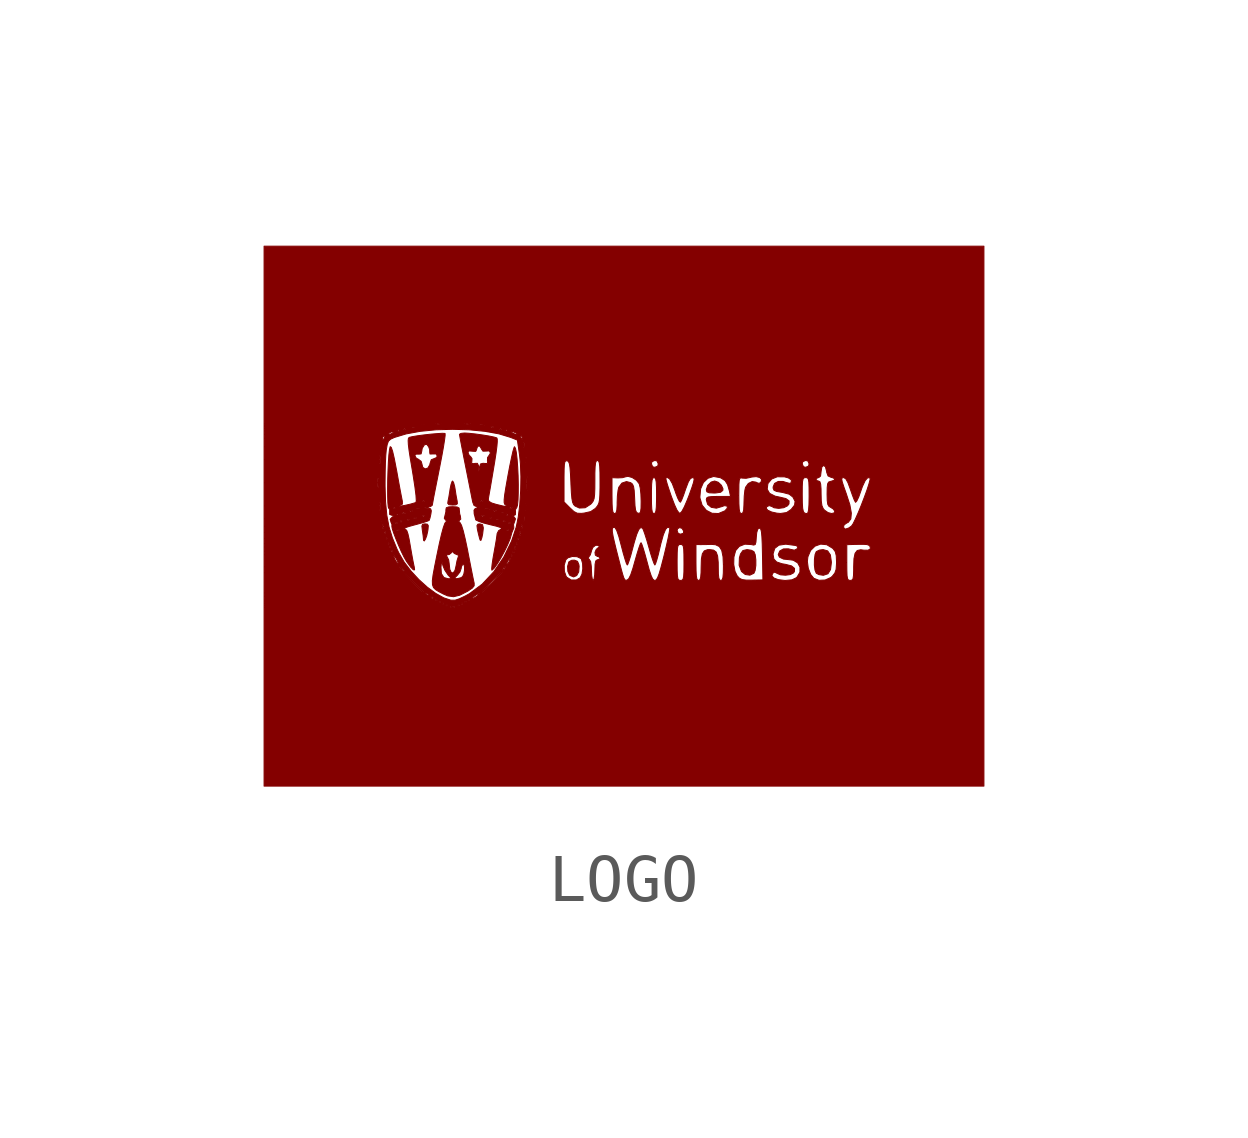
<source format=kicad_sym>
(kicad_symbol_lib
  (version 20220914)
  (generator "bitmap2component")
  (generator_version "9.0")
  (symbol "LOGO"
    (pin_names
      (offset 1.016))
    (property "Reference" "#G"
      (at 0 4.992 0)
      (effects (font (size 1.27 1.27)) hide))
    (symbol "LOGO_0_0"
      (polyline (pts (xy 7.502 0.000100) (xy 7.502 5.627) (xy 0 5.627) (xy -7.502 5.627) (xy -7.502 1.925) (xy -3.935 1.925) (xy -3.92 1.936) (xy -3.884 1.942) (xy -3.813 1.935) (xy -3.81 1.933) (xy -3.814 1.925) (xy -3.327 1.925) (xy -3.313 1.936) (xy -3.276 1.942) (xy -3.206 1.935) (xy -3.202 1.933) (xy -3.208 1.922) (xy -3.269 1.918) (xy -3.28 1.919) (xy -3.327 1.925) (xy -3.814 1.925) (xy -3.815 1.922) (xy -3.876 1.918) (xy -3.887 1.919) (xy -3.935 1.925) (xy -7.502 1.925) (xy -7.502 1.886) (xy -4.229 1.886) (xy -4.224 1.899) (xy -4.208 1.904) (xy -4.135 1.899) (xy -4.129 1.887) (xy -4.135 1.886) (xy -3.014 1.886) (xy -3.01 1.899) (xy -2.994 1.904) (xy -2.921 1.899) (xy -2.914 1.887) (xy -2.965 1.881) (xy -3.014 1.886) (xy -4.135 1.886) (xy -4.18 1.881) (xy -4.229 1.886) (xy -7.502 1.886) (xy -7.502 1.864) (xy -4.418 1.864) (xy -4.413 1.868) (xy -4.37 1.864) (xy -2.775 1.864) (xy -2.769 1.868) (xy -2.727 1.864) (xy -2.721 1.853) (xy -2.751 1.84) (xy -2.77 1.842) (xy -2.775 1.864) (xy -4.37 1.864) (xy -4.365 1.853) (xy -4.394 1.84) (xy -4.413 1.842) (xy -4.418 1.864) (xy -7.502 1.864) (xy -7.502 1.828) (xy -4.597 1.828) (xy -4.591 1.832) (xy -4.549 1.828) (xy -2.596 1.828) (xy -2.591 1.832) (xy -2.548 1.828) (xy -2.543 1.817) (xy -2.572 1.804) (xy -2.591 1.807) (xy -2.596 1.828) (xy -4.549 1.828) (xy -4.543 1.817) (xy -4.573 1.804) (xy -4.592 1.807) (xy -4.597 1.828) (xy -7.502 1.828) (xy -7.502 1.777) (xy -4.736 1.777) (xy -4.722 1.793) (xy -4.702 1.798) (xy -4.654 1.79) (xy -4.654 1.778) (xy -4.701 1.771) (xy -4.736 1.777) (xy -7.502 1.777) (xy -7.502 1.704) (xy -4.923 1.704) (xy -4.894 1.733) (xy -4.864 1.75) (xy -4.805 1.767) (xy -4.794 1.761) (xy -4.823 1.733) (xy -4.853 1.716) (xy -4.912 1.698) (xy -4.923 1.704) (xy -7.502 1.704) (xy -7.502 1.623) (xy -5.037 1.623) (xy -5.036 1.633) (xy -5.002 1.679) (xy -4.985 1.682) (xy -4.988 1.645) (xy -4.999 1.619) (xy -5.026 1.591) (xy -5.037 1.623) (xy -7.502 1.623) (xy -7.502 1.447) (xy -5.067 1.447) (xy -5.062 1.496) (xy -5.049 1.492) (xy -5.045 1.475) (xy -5.049 1.402) (xy -5.062 1.396) (xy -5.067 1.447) (xy -7.502 1.447) (xy -7.502 1.179) (xy -5.1 1.179) (xy -5.099 1.218) (xy -5.093 1.261) (xy -5.083 1.241) (xy -5.077 1.184) (xy -5.084 1.098) (xy -5.089 1.087) (xy -5.097 1.105) (xy -5.1 1.179) (xy -7.502 1.179) (xy -7.502 0.697) (xy -5.135 0.697) (xy -5.134 0.749) (xy -5.128 0.794) (xy -5.119 0.777) (xy -5.113 0.72) (xy -5.114 0.706) (xy -4.98 0.706) (xy -4.978 0.916) (xy -4.973 1.111) (xy -4.965 1.273) (xy -4.955 1.381) (xy -4.936 1.49) (xy -4.911 1.561) (xy -4.865 1.604) (xy -4.784 1.641) (xy -4.542 1.714) (xy -4.247 1.768) (xy -3.919 1.8) (xy -3.574 1.81) (xy -3.228 1.8) (xy -2.991 1.777) (xy -2.485 1.777) (xy -2.472 1.793) (xy -2.451 1.798) (xy -2.403 1.79) (xy -2.404 1.778) (xy -2.45 1.771) (xy -2.485 1.777) (xy -2.991 1.777) (xy -2.9 1.768) (xy -2.813 1.753) (xy -2.346 1.753) (xy -2.34 1.767) (xy -2.316 1.763) (xy -2.251 1.733) (xy -2.226 1.713) (xy -2.233 1.698) (xy -2.257 1.702) (xy -2.322 1.733) (xy -2.346 1.753) (xy -2.813 1.753) (xy -2.606 1.715) (xy -2.534 1.693) (xy -2.169 1.693) (xy -2.139 1.671) (xy -2.119 1.645) (xy -2.115 1.607) (xy -2.131 1.607) (xy -2.159 1.651) (xy -2.162 1.658) (xy -2.169 1.693) (xy -2.534 1.693) (xy -2.362 1.641) (xy -2.222 1.585) (xy -2.207 1.483) (xy -2.102 1.483) (xy -2.097 1.532) (xy -2.084 1.527) (xy -2.079 1.511) (xy -2.084 1.438) (xy -2.096 1.432) (xy -2.102 1.483) (xy -2.207 1.483) (xy -2.178 1.276) (xy -2.171 1.215) (xy -2.063 1.215) (xy -2.062 1.254) (xy -2.056 1.297) (xy -2.047 1.277) (xy -2.041 1.22) (xy -2.047 1.134) (xy -2.052 1.122) (xy -2.06 1.141) (xy -2.063 1.215) (xy -2.171 1.215) (xy -2.159 1.095) (xy -2.149 0.824) (xy -2.151 0.679) (xy -2.025 0.679) (xy -2.025 0.709) (xy -2.022 0.797) (xy -2.017 0.828) (xy -2.01 0.794) (xy -2.01 0.789) (xy -2.005 0.662) (xy -2.01 0.544) (xy -2.012 0.532) (xy -2.019 0.523) (xy -2.023 0.575) (xy -2.025 0.679) (xy -2.151 0.679) (xy -2.154 0.532) (xy -2.169 0.297) (xy -1.25 0.297) (xy -1.25 0.732) (xy -1.25 0.825) (xy -1.248 0.979) (xy -1.243 1.077) (xy -1.232 1.131) (xy -1.214 1.153) (xy -1.188 1.154) (xy -1.181 1.153) (xy -1.157 1.136) (xy -1.139 1.094) (xy -1.126 1.015) (xy -1.116 0.889) (xy -1.107 0.702) (xy -1.106 0.666) (xy -1.097 0.488) (xy -1.086 0.367) (xy -1.071 0.289) (xy -1.05 0.241) (xy -1.02 0.211) (xy -0.93 0.169) (xy -0.809 0.175) (xy -0.695 0.248) (xy -0.673 0.271) (xy -0.643 0.313) (xy -0.623 0.367) (xy -0.613 0.448) (xy -0.608 0.57) (xy -0.607 0.749) (xy -0.607 0.897) (xy -0.602 1.029) (xy -0.593 1.11) (xy -0.577 1.15) (xy -0.554 1.161) (xy -0.554 1.161) (xy -0.531 1.15) (xy -0.515 1.111) (xy -0.513 1.09) (xy 0.572 1.09) (xy 0.583 1.136) (xy 0.643 1.161) (xy 0.689 1.149) (xy 0.714 1.09) (xy 3.715 1.09) (xy 3.727 1.136) (xy 3.787 1.161) (xy 3.833 1.149) (xy 3.858 1.09) (xy 3.846 1.044) (xy 3.787 1.018) (xy 3.741 1.03) (xy 3.715 1.09) (xy 0.714 1.09) (xy 0.703 1.044) (xy 0.643 1.018) (xy 0.597 1.03) (xy 0.572 1.09) (xy -0.513 1.09) (xy -0.506 1.033) (xy -0.501 0.905) (xy -0.5 0.717) (xy -0.5 0.599) (xy -0.503 0.447) (xy -0.504 0.428) (xy -0.25 0.428) (xy -0.25 0.802) (xy -0.131 0.797) (xy -0.127 0.797) (xy -0.032 0.802) (xy 0.032 0.82) (xy 0.083 0.83) (xy 0.171 0.805) (xy 0.258 0.749) (xy 0.317 0.675) (xy 0.318 0.671) (xy 0.338 0.588) (xy 0.352 0.462) (xy 0.353 0.429) (xy 0.572 0.429) (xy 0.572 0.528) (xy 0.576 0.666) (xy 0.585 0.75) (xy 0.601 0.792) (xy 0.625 0.804) (xy 0.639 0.801) (xy 0.643 0.795) (xy 0.873 0.795) (xy 0.898 0.809) (xy 0.949 0.778) (xy 1.006 0.681) (xy 1.067 0.519) (xy 1.076 0.489) (xy 1.119 0.378) (xy 1.155 0.307) (xy 1.178 0.291) (xy 1.178 0.292) (xy 1.204 0.342) (xy 1.242 0.439) (xy 1.284 0.563) (xy 1.294 0.59) (xy 1.342 0.716) (xy 1.385 0.784) (xy 1.428 0.804) (xy 1.431 0.804) (xy 1.455 0.796) (xy 1.462 0.767) (xy 1.45 0.705) (xy 1.416 0.599) (xy 1.358 0.438) (xy 1.344 0.402) (xy 1.582 0.402) (xy 1.597 0.568) (xy 1.655 0.7) (xy 1.749 0.789) (xy 1.868 0.827) (xy 2.004 0.802) (xy 2.023 0.794) (xy 2.106 0.741) (xy 2.158 0.659) (xy 2.196 0.527) (xy 2.216 0.433) (xy 2.393 0.433) (xy 2.394 0.516) (xy 2.395 0.656) (xy 2.401 0.741) (xy 2.413 0.785) (xy 2.435 0.798) (xy 2.467 0.793) (xy 2.544 0.789) (xy 2.643 0.809) (xy 2.661 0.815) (xy 2.755 0.824) (xy 2.83 0.805) (xy 2.87 0.764) (xy 2.856 0.712) (xy 2.818 0.682) (xy 2.766 0.699) (xy 2.752 0.709) (xy 2.672 0.721) (xy 2.591 0.681) (xy 2.534 0.602) (xy 2.519 0.538) (xy 2.506 0.419) (xy 2.501 0.283) (xy 2.5 0.234) (xy 2.496 0.164) (xy 2.965 0.164) (xy 2.977 0.197) (xy 3.027 0.22) (xy 3.083 0.201) (xy 3.127 0.175) (xy 3.225 0.162) (xy 3.33 0.176) (xy 3.408 0.215) (xy 3.439 0.256) (xy 3.441 0.318) (xy 3.375 0.366) (xy 3.245 0.397) (xy 3.149 0.417) (xy 3.035 0.475) (xy 2.985 0.561) (xy 2.999 0.675) (xy 3.002 0.682) (xy 3.077 0.773) (xy 3.196 0.821) (xy 3.345 0.819) (xy 3.425 0.798) (xy 3.489 0.755) (xy 3.484 0.698) (xy 3.454 0.683) (xy 3.377 0.703) (xy 3.317 0.723) (xy 3.214 0.723) (xy 3.138 0.682) (xy 3.108 0.608) (xy 3.109 0.581) (xy 3.127 0.539) (xy 3.181 0.515) (xy 3.288 0.497) (xy 3.306 0.494) (xy 3.443 0.458) (xy 3.45 0.453) (xy 3.715 0.453) (xy 3.715 0.462) (xy 3.716 0.62) (xy 3.721 0.72) (xy 3.733 0.775) (xy 3.754 0.799) (xy 3.787 0.804) (xy 3.796 0.804) (xy 3.825 0.796) (xy 3.842 0.768) (xy 4.001 0.768) (xy 4.007 0.785) (xy 4.055 0.804) (xy 4.06 0.804) (xy 4.097 0.836) (xy 4.108 0.929) (xy 4.108 0.929) (xy 4.124 1.024) (xy 4.159 1.057) (xy 4.198 1.029) (xy 4.222 0.938) (xy 4.226 0.91) (xy 4.253 0.838) (xy 4.314 0.81) (xy 4.364 0.796) (xy 4.391 0.771) (xy 4.538 0.771) (xy 4.547 0.798) (xy 4.574 0.804) (xy 4.582 0.803) (xy 4.624 0.776) (xy 4.667 0.699) (xy 4.717 0.563) (xy 4.719 0.557) (xy 4.762 0.434) (xy 4.799 0.338) (xy 4.824 0.291) (xy 4.828 0.289) (xy 4.854 0.319) (xy 4.893 0.4) (xy 4.935 0.519) (xy 4.969 0.616) (xy 5.028 0.743) (xy 5.082 0.803) (xy 5.13 0.795) (xy 5.128 0.757) (xy 5.104 0.668) (xy 5.063 0.541) (xy 5.008 0.39) (xy 4.947 0.231) (xy 4.884 0.077) (xy 4.825 -0.056) (xy 4.777 -0.155) (xy 4.743 -0.205) (xy 4.685 -0.246) (xy 4.622 -0.268) (xy 4.601 -0.265) (xy 4.574 -0.23) (xy 4.589 -0.181) (xy 4.643 -0.143) (xy 4.674 -0.129) (xy 4.728 -0.058) (xy 4.739 0.063) (xy 4.708 0.236) (xy 4.634 0.465) (xy 4.582 0.611) (xy 4.549 0.713) (xy 4.538 0.771) (xy 4.391 0.771) (xy 4.394 0.768) (xy 4.377 0.747) (xy 4.314 0.726) (xy 4.302 0.724) (xy 4.264 0.71) (xy 4.244 0.672) (xy 4.235 0.596) (xy 4.233 0.465) (xy 4.233 0.454) (xy 4.236 0.325) (xy 4.247 0.247) (xy 4.271 0.205) (xy 4.314 0.179) (xy 4.365 0.146) (xy 4.394 0.099) (xy 4.382 0.069) (xy 4.328 0.055) (xy 4.253 0.074) (xy 4.18 0.125) (xy 4.152 0.158) (xy 4.125 0.221) (xy 4.112 0.317) (xy 4.108 0.465) (xy 4.107 0.567) (xy 4.099 0.668) (xy 4.083 0.718) (xy 4.055 0.732) (xy 4.03 0.736) (xy 4.001 0.768) (xy 3.842 0.768) (xy 3.843 0.767) (xy 3.853 0.705) (xy 3.857 0.596) (xy 3.858 0.429) (xy 3.858 0.403) (xy 3.855 0.235) (xy 3.847 0.128) (xy 3.833 0.07) (xy 3.811 0.054) (xy 3.804 0.054) (xy 3.764 0.063) (xy 3.739 0.095) (xy 3.724 0.163) (xy 3.717 0.278) (xy 3.715 0.453) (xy 3.45 0.453) (xy 3.52 0.398) (xy 3.566 0.309) (xy 3.555 0.23) (xy 3.485 0.141) (xy 3.389 0.075) (xy 3.261 0.056) (xy 3.189 0.062) (xy 3.079 0.086) (xy 2.997 0.123) (xy 2.965 0.164) (xy 2.496 0.164) (xy 2.494 0.125) (xy 2.477 0.069) (xy 2.447 0.054) (xy 2.432 0.057) (xy 2.413 0.084) (xy 2.401 0.148) (xy 2.395 0.261) (xy 2.393 0.433) (xy 2.216 0.433) (xy 2.22 0.411) (xy 1.968 0.411) (xy 1.953 0.411) (xy 1.826 0.408) (xy 1.754 0.399) (xy 1.722 0.378) (xy 1.715 0.342) (xy 1.743 0.246) (xy 1.819 0.184) (xy 1.925 0.166) (xy 2.042 0.2) (xy 2.093 0.219) (xy 2.147 0.211) (xy 2.155 0.169) (xy 2.103 0.111) (xy 1.969 0.055) (xy 1.835 0.06) (xy 1.717 0.121) (xy 1.628 0.229) (xy 1.584 0.376) (xy 1.582 0.402) (xy 1.344 0.402) (xy 1.317 0.333) (xy 1.257 0.193) (xy 1.206 0.098) (xy 1.17 0.061) (xy 1.146 0.069) (xy 1.105 0.125) (xy 1.053 0.238) (xy 0.986 0.414) (xy 0.944 0.537) (xy 0.902 0.666) (xy 0.877 0.757) (xy 0.873 0.795) (xy 0.643 0.795) (xy 0.659 0.775) (xy 0.671 0.712) (xy 0.677 0.6) (xy 0.679 0.429) (xy 0.678 0.33) (xy 0.674 0.192) (xy 0.665 0.107) (xy 0.65 0.065) (xy 0.625 0.054) (xy 0.611 0.057) (xy 0.591 0.083) (xy 0.579 0.146) (xy 0.573 0.258) (xy 0.572 0.429) (xy 0.353 0.429) (xy 0.357 0.317) (xy 0.357 0.29) (xy 0.355 0.164) (xy 0.345 0.092) (xy 0.327 0.062) (xy 0.295 0.06) (xy 0.292 0.061) (xy 0.261 0.079) (xy 0.241 0.127) (xy 0.229 0.218) (xy 0.222 0.366) (xy 0.221 0.389) (xy 0.213 0.53) (xy 0.199 0.618) (xy 0.176 0.669) (xy 0.14 0.698) (xy 0.052 0.721) (xy -0.044 0.689) (xy -0.109 0.602) (xy -0.124 0.538) (xy -0.138 0.419) (xy -0.143 0.283) (xy -0.143 0.234) (xy -0.15 0.125) (xy -0.166 0.069) (xy -0.197 0.054) (xy -0.21 0.057) (xy -0.23 0.083) (xy -0.242 0.145) (xy -0.248 0.257) (xy -0.25 0.428) (xy -0.504 0.428) (xy -0.51 0.342) (xy -0.524 0.272) (xy -0.547 0.222) (xy -0.582 0.177) (xy -0.599 0.159) (xy -0.694 0.095) (xy -0.831 0.064) (xy -0.889 0.058) (xy -0.974 0.061) (xy -1.042 0.095) (xy -1.124 0.171) (xy -1.25 0.297) (xy -2.169 0.297) (xy -2.172 0.245) (xy -2.178 0.197) (xy -2.064 0.197) (xy -2.063 0.221) (xy -2.058 0.27) (xy -2.047 0.259) (xy -2.042 0.225) (xy -2.047 0.134) (xy -2.051 0.124) (xy -2.06 0.132) (xy -2.064 0.197) (xy -2.178 0.197) (xy -2.204 -0.017) (xy -2.211 -0.053) (xy -2.102 -0.053) (xy -2.097 -0.004) (xy -2.084 -0.009) (xy -2.079 -0.025) (xy -2.084 -0.098) (xy -2.096 -0.104) (xy -2.102 -0.053) (xy -2.211 -0.053) (xy -2.243 -0.211) (xy -2.141 -0.211) (xy -2.135 -0.176) (xy -2.119 -0.19) (xy -2.113 -0.21) (xy -2.122 -0.258) (xy -2.134 -0.258) (xy -2.141 -0.211) (xy -2.243 -0.211) (xy -2.247 -0.231) (xy -2.26 -0.268) (xy -0.244 -0.268) (xy -0.23 -0.239) (xy -0.201 -0.232) (xy -0.189 -0.237) (xy -0.152 -0.297) (xy -0.107 -0.426) (xy -0.054 -0.625) (xy -0.017 -0.767) (xy 0.021 -0.897) (xy 0.05 -0.986) (xy 0.068 -1.018) (xy 0.079 -1.004) (xy 0.105 -0.934) (xy 0.141 -0.819) (xy 0.18 -0.673) (xy 0.215 -0.543) (xy 0.265 -0.379) (xy 0.309 -0.278) (xy 0.349 -0.237) (xy 0.385 -0.25) (xy 0.401 -0.28) (xy 0.433 -0.368) (xy 0.474 -0.497) (xy 0.519 -0.652) (xy 0.553 -0.771) (xy 0.593 -0.899) (xy 0.625 -0.986) (xy 0.643 -1.018) (xy 0.657 -0.995) (xy 0.683 -0.916) (xy 0.717 -0.792) (xy 0.753 -0.639) (xy 0.77 -0.567) (xy 0.82 -0.389) (xy 0.866 -0.277) (xy 0.909 -0.23) (xy 0.953 -0.244) (xy 0.954 -0.259) (xy 0.949 -0.301) (xy 1.107 -0.301) (xy 1.117 -0.263) (xy 1.159 -0.238) (xy 1.21 -0.255) (xy 1.244 -0.313) (xy 1.238 -0.356) (xy 1.181 -0.375) (xy 1.131 -0.362) (xy 1.107 -0.301) (xy 0.949 -0.301) (xy 0.944 -0.332) (xy 0.92 -0.456) (xy 0.884 -0.616) (xy 0.84 -0.802) (xy 0.818 -0.888) (xy 0.798 -0.965) (xy 1.107 -0.965) (xy 1.107 -0.917) (xy 1.109 -0.766) (xy 1.114 -0.67) (xy 1.126 -0.617) (xy 1.147 -0.594) (xy 1.179 -0.589) (xy 1.188 -0.59) (xy 1.217 -0.598) (xy 1.235 -0.626) (xy 1.245 -0.689) (xy 1.249 -0.797) (xy 1.25 -0.965) (xy 1.25 -0.966) (xy 1.5 -0.966) (xy 1.5 -0.592) (xy 1.599 -0.593) (xy 1.703 -0.592) (xy 1.822 -0.589) (xy 1.906 -0.595) (xy 1.986 -0.633) (xy 2.037 -0.713) (xy 2.064 -0.846) (xy 2.071 -1.005) (xy 2.287 -1.005) (xy 2.291 -0.852) (xy 2.327 -0.718) (xy 2.403 -0.63) (xy 2.519 -0.584) (xy 2.651 -0.592) (xy 2.702 -0.603) (xy 2.735 -0.592) (xy 2.75 -0.541) (xy 2.758 -0.434) (xy 2.766 -0.346) (xy 2.787 -0.272) (xy 2.822 -0.25) (xy 2.834 -0.253) (xy 2.852 -0.276) (xy 2.865 -0.331) (xy 2.874 -0.429) (xy 2.881 -0.578) (xy 2.886 -0.789) (xy 2.894 -1.243) (xy 3.082 -1.243) (xy 3.099 -1.192) (xy 3.139 -1.166) (xy 3.187 -1.19) (xy 3.189 -1.192) (xy 3.262 -1.223) (xy 3.366 -1.231) (xy 3.467 -1.218) (xy 3.533 -1.183) (xy 3.552 -1.155) (xy 3.555 -1.089) (xy 3.492 -1.037) (xy 3.369 -1.005) (xy 3.293 -0.992) (xy 3.182 -0.955) (xy 3.124 -0.894) (xy 3.108 -0.802) (xy 3.108 -0.785) (xy 3.142 -0.672) (xy 3.229 -0.605) (xy 3.371 -0.584) (xy 3.567 -0.61) (xy 3.584 -0.614) (xy 3.627 -0.637) (xy 3.609 -0.677) (xy 3.604 -0.683) (xy 3.551 -0.709) (xy 3.466 -0.691) (xy 3.427 -0.681) (xy 3.323 -0.683) (xy 3.246 -0.726) (xy 3.215 -0.801) (xy 3.239 -0.854) (xy 3.325 -0.895) (xy 3.469 -0.91) (xy 3.529 -0.919) (xy 3.568 -0.943) (xy 3.822 -0.943) (xy 3.833 -0.848) (xy 3.889 -0.716) (xy 3.982 -0.625) (xy 4.099 -0.583) (xy 4.226 -0.595) (xy 4.349 -0.67) (xy 4.36 -0.681) (xy 4.404 -0.741) (xy 4.424 -0.824) (xy 4.43 -0.955) (xy 4.43 -0.967) (xy 4.644 -0.967) (xy 4.644 -0.594) (xy 4.796 -0.59) (xy 4.897 -0.588) (xy 5.002 -0.588) (xy 5.062 -0.592) (xy 5.096 -0.602) (xy 5.118 -0.62) (xy 5.13 -0.635) (xy 5.135 -0.682) (xy 5.087 -0.71) (xy 5 -0.709) (xy 4.934 -0.7) (xy 4.861 -0.716) (xy 4.816 -0.775) (xy 4.793 -0.886) (xy 4.787 -1.058) (xy 4.787 -1.127) (xy 4.783 -1.242) (xy 4.773 -1.306) (xy 4.751 -1.333) (xy 4.716 -1.34) (xy 4.707 -1.339) (xy 4.678 -1.332) (xy 4.66 -1.303) (xy 4.649 -1.242) (xy 4.645 -1.133) (xy 4.644 -0.967) (xy 4.43 -0.967) (xy 4.429 -0.994) (xy 4.421 -1.11) (xy 4.394 -1.187) (xy 4.342 -1.252) (xy 4.311 -1.279) (xy 4.193 -1.331) (xy 4.065 -1.337) (xy 3.956 -1.295) (xy 3.891 -1.215) (xy 3.841 -1.087) (xy 3.822 -0.943) (xy 3.568 -0.943) (xy 3.62 -0.974) (xy 3.668 -1.064) (xy 3.667 -1.169) (xy 3.608 -1.268) (xy 3.591 -1.284) (xy 3.501 -1.327) (xy 3.365 -1.34) (xy 3.34 -1.339) (xy 3.214 -1.323) (xy 3.124 -1.289) (xy 3.082 -1.243) (xy 2.894 -1.243) (xy 2.895 -1.329) (xy 2.664 -1.333) (xy 2.546 -1.333) (xy 2.462 -1.322) (xy 2.407 -1.295) (xy 2.359 -1.244) (xy 2.313 -1.149) (xy 2.287 -1.005) (xy 2.071 -1.005) (xy 2.072 -1.04) (xy 2.07 -1.185) (xy 2.062 -1.279) (xy 2.045 -1.327) (xy 2.018 -1.34) (xy 1.996 -1.332) (xy 1.977 -1.292) (xy 1.967 -1.206) (xy 1.965 -1.061) (xy 1.964 -0.965) (xy 1.951 -0.83) (xy 1.921 -0.748) (xy 1.868 -0.708) (xy 1.786 -0.697) (xy 1.739 -0.699) (xy 1.673 -0.724) (xy 1.633 -0.785) (xy 1.613 -0.893) (xy 1.608 -1.061) (xy 1.606 -1.178) (xy 1.598 -1.276) (xy 1.582 -1.326) (xy 1.554 -1.34) (xy 1.54 -1.337) (xy 1.52 -1.311) (xy 1.508 -1.248) (xy 1.502 -1.137) (xy 1.5 -0.966) (xy 1.25 -0.966) (xy 1.25 -1.012) (xy 1.249 -1.163) (xy 1.243 -1.259) (xy 1.231 -1.312) (xy 1.211 -1.335) (xy 1.179 -1.34) (xy 1.17 -1.339) (xy 1.141 -1.331) (xy 1.123 -1.303) (xy 1.113 -1.24) (xy 1.108 -1.132) (xy 1.107 -0.965) (xy 0.798 -0.965) (xy 0.769 -1.075) (xy 0.731 -1.204) (xy 0.699 -1.286) (xy 0.671 -1.328) (xy 0.644 -1.34) (xy 0.629 -1.337) (xy 0.598 -1.309) (xy 0.566 -1.241) (xy 0.527 -1.124) (xy 0.479 -0.947) (xy 0.44 -0.804) (xy 0.402 -0.674) (xy 0.372 -0.586) (xy 0.355 -0.554) (xy 0.34 -0.578) (xy 0.311 -0.659) (xy 0.272 -0.784) (xy 0.228 -0.937) (xy 0.185 -1.089) (xy 0.139 -1.225) (xy 0.099 -1.304) (xy 0.064 -1.333) (xy 0.05 -1.335) (xy 0.03 -1.335) (xy 0.013 -1.319) (xy -0.006 -1.281) (xy -0.029 -1.209) (xy -0.06 -1.096) (xy -0.102 -0.932) (xy -0.159 -0.708) (xy -0.189 -0.585) (xy -0.225 -0.431) (xy -0.243 -0.328) (xy -0.244 -0.268) (xy -2.26 -0.268) (xy -2.288 -0.354) (xy -2.176 -0.354) (xy -2.171 -0.319) (xy -2.155 -0.333) (xy -2.149 -0.353) (xy -2.158 -0.401) (xy -2.17 -0.401) (xy -2.176 -0.354) (xy -2.288 -0.354) (xy -2.331 -0.482) (xy -2.215 -0.482) (xy -2.212 -0.463) (xy -2.191 -0.458) (xy -2.187 -0.464) (xy -2.191 -0.506) (xy -2.202 -0.512) (xy -2.215 -0.482) (xy -2.331 -0.482) (xy -2.344 -0.521) (xy -2.369 -0.572) (xy -2.251 -0.572) (xy -2.233 -0.554) (xy -2.215 -0.572) (xy -2.233 -0.589) (xy -2.251 -0.572) (xy -2.369 -0.572) (xy -2.413 -0.661) (xy -2.286 -0.661) (xy -2.284 -0.642) (xy -2.263 -0.637) (xy -2.258 -0.642) (xy -2.263 -0.685) (xy -2.273 -0.69) (xy -2.286 -0.661) (xy -2.413 -0.661) (xy -2.456 -0.75) (xy -2.322 -0.75) (xy -2.304 -0.732) (xy -2.286 -0.75) (xy -2.304 -0.768) (xy -2.322 -0.75) (xy -2.456 -0.75) (xy -2.491 -0.822) (xy -2.358 -0.822) (xy -2.34 -0.804) (xy -2.322 -0.822) (xy -2.34 -0.84) (xy -2.358 -0.822) (xy -2.491 -0.822) (xy -2.509 -0.858) (xy -2.607 -1.002) (xy -2.452 -1.002) (xy -2.429 -0.947) (xy -2.402 -0.903) (xy -2.373 -0.875) (xy -2.371 -0.891) (xy -2.394 -0.947) (xy -2.421 -0.991) (xy -2.45 -1.018) (xy -2.452 -1.002) (xy -2.607 -1.002) (xy -2.621 -1.022) (xy -1.246 -1.022) (xy -1.213 -0.909) (xy -1.169 -0.868) (xy -1.078 -0.841) (xy -0.978 -0.845) (xy -0.907 -0.879) (xy -0.75 -0.879) (xy -0.724 -0.837) (xy -0.702 -0.807) (xy -0.679 -0.73) (xy -0.678 -0.721) (xy -0.649 -0.652) (xy -0.592 -0.607) (xy -0.533 -0.609) (xy -0.514 -0.633) (xy -0.549 -0.668) (xy -0.579 -0.693) (xy -0.605 -0.755) (xy -0.597 -0.813) (xy -0.554 -0.84) (xy -0.529 -0.844) (xy -0.5 -0.875) (xy -0.506 -0.892) (xy -0.554 -0.911) (xy -0.56 -0.911) (xy -0.589 -0.934) (xy -0.603 -1.001) (xy -0.607 -1.125) (xy -0.611 -1.222) (xy -0.624 -1.307) (xy -0.643 -1.34) (xy -0.659 -1.318) (xy -0.673 -1.241) (xy -0.679 -1.128) (xy -0.68 -1.059) (xy -0.695 -0.948) (xy -0.724 -0.9) (xy -0.75 -0.879) (xy -0.907 -0.879) (xy -0.9 -0.882) (xy -0.888 -0.899) (xy -0.863 -0.986) (xy -0.859 -1.099) (xy -0.876 -1.209) (xy -0.914 -1.284) (xy -0.992 -1.33) (xy -1.098 -1.331) (xy -1.191 -1.274) (xy -1.206 -1.254) (xy -1.243 -1.149) (xy -1.246 -1.022) (xy -2.621 -1.022) (xy -2.69 -1.123) (xy -2.528 -1.123) (xy -2.519 -1.089) (xy -2.511 -1.079) (xy -2.479 -1.054) (xy -2.474 -1.056) (xy -2.483 -1.089) (xy -2.49 -1.1) (xy -2.523 -1.125) (xy -2.528 -1.123) (xy -2.69 -1.123) (xy -2.716 -1.161) (xy -2.956 -1.417) (xy -3.187 -1.59) (xy -2.963 -1.59) (xy -2.962 -1.586) (xy -2.931 -1.546) (xy -2.862 -1.472) (xy -2.769 -1.375) (xy -2.732 -1.338) (xy -2.639 -1.248) (xy -2.57 -1.185) (xy -2.539 -1.161) (xy -2.539 -1.165) (xy -2.571 -1.204) (xy -2.639 -1.278) (xy -2.733 -1.375) (xy -2.77 -1.412) (xy -2.863 -1.503) (xy -2.931 -1.566) (xy -2.963 -1.59) (xy -3.187 -1.59) (xy -3.221 -1.616) (xy -3.312 -1.666) (xy -3.427 -1.72) (xy -3.179 -1.72) (xy -3.179 -1.72) (xy -3.151 -1.691) (xy -3.086 -1.644) (xy -3.076 -1.637) (xy -3.024 -1.611) (xy -3.016 -1.621) (xy -3.047 -1.653) (xy -3.103 -1.693) (xy -3.156 -1.721) (xy -3.179 -1.72) (xy -3.427 -1.72) (xy -3.43 -1.722) (xy -3.516 -1.75) (xy -3.251 -1.75) (xy -3.233 -1.733) (xy -3.215 -1.75) (xy -3.233 -1.768) (xy -3.251 -1.75) (xy -3.516 -1.75) (xy -3.519 -1.752) (xy -3.61 -1.751) (xy -3.757 -1.703) (xy -3.924 -1.61) (xy -4.1 -1.48) (xy -4.275 -1.322) (xy -4.439 -1.145) (xy -4.582 -0.958) (xy -4.692 -0.768) (xy -4.729 -0.692) (xy -4.827 -0.454) (xy -4.898 -0.223) (xy -4.944 0.021) (xy -4.97 0.297) (xy -4.98 0.625) (xy -4.98 0.706) (xy -5.114 0.706) (xy -5.119 0.616) (xy -5.125 0.598) (xy -5.132 0.619) (xy -5.135 0.697) (xy -7.502 0.697) (xy -7.502 0.214) (xy -5.1 0.214) (xy -5.099 0.253) (xy -5.093 0.296) (xy -5.083 0.277) (xy -5.077 0.219) (xy -5.084 0.134) (xy -5.089 0.122) (xy -5.097 0.141) (xy -5.1 0.214) (xy -7.502 0.214) (xy -7.502 0.000100) (xy -7.502 -0.053) (xy -5.067 -0.053) (xy -5.062 -0.004) (xy -5.049 -0.009) (xy -5.045 -0.025) (xy -5.049 -0.098) (xy -5.062 -0.104) (xy -5.067 -0.053) (xy -7.502 -0.053) (xy -7.502 -0.211) (xy -5.034 -0.211) (xy -5.029 -0.176) (xy -5.013 -0.19) (xy -5.007 -0.21) (xy -5.016 -0.258) (xy -5.028 -0.258) (xy -5.034 -0.211) (xy -7.502 -0.211) (xy -7.502 -0.339) (xy -5.001 -0.339) (xy -4.999 -0.32) (xy -4.978 -0.316) (xy -4.973 -0.321) (xy -4.978 -0.363) (xy -4.988 -0.369) (xy -5.001 -0.339) (xy -7.502 -0.339) (xy -7.502 -0.464) (xy -4.966 -0.464) (xy -4.948 -0.447) (xy -4.93 -0.464) (xy -4.948 -0.482) (xy -4.966 -0.464) (xy -7.502 -0.464) (xy -7.502 -0.572) (xy -4.93 -0.572) (xy -4.912 -0.554) (xy -4.894 -0.572) (xy -4.912 -0.589) (xy -4.93 -0.572) (xy -7.502 -0.572) (xy -7.502 -0.643) (xy -4.894 -0.643) (xy -4.876 -0.625) (xy -4.859 -0.643) (xy -4.876 -0.661) (xy -4.894 -0.643) (xy -7.502 -0.643) (xy -7.502 -0.732) (xy -4.859 -0.732) (xy -4.856 -0.713) (xy -4.835 -0.709) (xy -4.83 -0.714) (xy -4.835 -0.756) (xy -4.846 -0.762) (xy -4.859 -0.732) (xy -7.502 -0.732) (xy -7.502 -0.804) (xy -4.807 -0.804) (xy -4.805 -0.804) (xy -4.776 -0.839) (xy -4.734 -0.911) (xy -4.727 -0.923) (xy -4.698 -0.991) (xy -4.696 -1.018) (xy -4.698 -1.018) (xy -4.727 -0.983) (xy -4.769 -0.911) (xy -4.776 -0.899) (xy -4.804 -0.831) (xy -4.807 -0.804) (xy -7.502 -0.804) (xy -7.502 -1.054) (xy -4.678 -1.054) (xy -4.635 -1.085) (xy -4.597 -1.118) (xy -4.573 -1.147) (xy -4.573 -1.154) (xy -4.597 -1.154) (xy -4.649 -1.099) (xy -4.669 -1.073) (xy -4.678 -1.054) (xy -7.502 -1.054) (xy -7.502 -1.179) (xy -4.591 -1.179) (xy -4.385 -1.374) (xy -4.358 -1.4) (xy -4.267 -1.488) (xy -4.204 -1.552) (xy -4.18 -1.579) (xy -4.18 -1.584) (xy -4.192 -1.585) (xy -4.226 -1.558) (xy -4.291 -1.493) (xy -4.395 -1.384) (xy -4.591 -1.179) (xy -7.502 -1.179) (xy -7.502 -1.6) (xy -4.138 -1.6) (xy -4.114 -1.604) (xy -4.098 -1.615) (xy -4.073 -1.645) (xy -4.073 -1.65) (xy -4.094 -1.658) (xy -4.13 -1.62) (xy -4.138 -1.6) (xy -7.502 -1.6) (xy -7.502 -1.671) (xy -4.031 -1.671) (xy -4.007 -1.676) (xy -3.991 -1.687) (xy -3.965 -1.717) (xy -3.966 -1.722) (xy -3.986 -1.73) (xy -4.022 -1.691) (xy -4.031 -1.671) (xy -7.502 -1.671) (xy -7.502 -1.75) (xy -3.93 -1.75) (xy -3.912 -1.733) (xy -3.894 -1.75) (xy -3.912 -1.768) (xy -3.93 -1.75) (xy -7.502 -1.75) (xy -7.502 -1.786) (xy -3.858 -1.786) (xy -3.84 -1.768) (xy -3.822 -1.786) (xy -3.322 -1.786) (xy -3.304 -1.768) (xy -3.287 -1.786) (xy -3.304 -1.804) (xy -3.322 -1.786) (xy -3.822 -1.786) (xy -3.84 -1.804) (xy -3.858 -1.786) (xy -7.502 -1.786) (xy -7.502 -1.822) (xy -3.787 -1.822) (xy -3.769 -1.804) (xy -3.751 -1.822) (xy -3.394 -1.822) (xy -3.376 -1.804) (xy -3.358 -1.822) (xy -3.376 -1.84) (xy -3.394 -1.822) (xy -3.751 -1.822) (xy -3.769 -1.84) (xy -3.787 -1.822) (xy -7.502 -1.822) (xy -7.502 -1.858) (xy -3.715 -1.858) (xy -3.697 -1.84) (xy -3.68 -1.858) (xy -3.465 -1.858) (xy -3.447 -1.84) (xy -3.43 -1.858) (xy -3.447 -1.875) (xy -3.465 -1.858) (xy -3.68 -1.858) (xy -3.697 -1.875) (xy -3.715 -1.858) (xy -7.502 -1.858) (xy -7.502 -1.901) (xy -3.622 -1.901) (xy -3.617 -1.887) (xy -3.601 -1.883) (xy -3.528 -1.887) (xy -3.522 -1.9) (xy -3.572 -1.905) (xy -3.622 -1.901) (xy -7.502 -1.901) (xy -7.502 -5.627) (xy 0 -5.627) (xy 7.502 -5.627) (xy 7.502 0.000100)) (stroke (width 0.01) (type default)) (fill (type outline)))
      (polyline (pts (xy -3.424 -1.648) (xy -3.264 -1.567) (xy -3.255 -1.562) (xy -3.162 -1.5) (xy -3.123 -1.45) (xy -3.123 -1.397) (xy -3.13 -1.367) (xy -3.15 -1.271) (xy -3.179 -1.127) (xy -3.214 -0.949) (xy -3.253 -0.75) (xy -3.26 -0.71) (xy -3.308 -0.483) (xy -3.35 -0.308) (xy -3.387 -0.19) (xy -3.416 -0.138) (xy -3.446 -0.105) (xy -3.425 -0.082) (xy -3.402 -0.063) (xy -3.411 0.002) (xy -3.425 0.049) (xy -3.433 0.134) (xy -3.437 0.169) (xy -3.478 0.191) (xy -3.572 0.197) (xy -3.654 0.193) (xy -3.704 0.175) (xy -3.712 0.134) (xy -3.713 0.09) (xy -3.734 0.002) (xy -3.746 -0.044) (xy -3.718 -0.083) (xy -3.691 -0.099) (xy -3.72 -0.128) (xy -3.735 -0.151) (xy -3.766 -0.238) (xy -3.805 -0.382) (xy -3.849 -0.572) (xy -3.897 -0.802) (xy -3.9 -0.814) (xy -3.709 -0.814) (xy -3.672 -0.804) (xy -3.643 -0.799) (xy -3.593 -0.759) (xy -3.575 -0.733) (xy -3.552 -0.759) (xy -3.538 -0.777) (xy -3.478 -0.804) (xy -3.452 -0.81) (xy -3.453 -0.848) (xy -3.458 -0.858) (xy -3.481 -0.931) (xy -3.5 -1.033) (xy -3.522 -1.129) (xy -3.56 -1.184) (xy -3.6 -1.176) (xy -3.631 -1.109) (xy -3.644 -0.987) (xy -3.654 -0.913) (xy -3.687 -0.847) (xy -3.709 -0.814) (xy -3.9 -0.814) (xy -3.903 -0.832) (xy -3.949 -1.058) (xy -3.95 -1.065) (xy -3.815 -1.065) (xy -3.802 -0.929) (xy -3.772 -1.036) (xy -3.734 -1.127) (xy -3.669 -1.224) (xy -3.615 -1.282) (xy -3.523 -1.282) (xy -3.472 -1.231) (xy -3.419 -1.163) (xy -3.394 -1.09) (xy -3.388 -1.051) (xy -3.358 -1) (xy -3.337 -1.006) (xy -3.324 -1.056) (xy -3.325 -1.132) (xy -3.339 -1.209) (xy -3.365 -1.261) (xy -3.398 -1.283) (xy -3.479 -1.304) (xy -3.523 -1.301) (xy -3.523 -1.282) (xy -3.615 -1.282) (xy -3.596 -1.304) (xy -3.669 -1.304) (xy -3.754 -1.279) (xy -3.806 -1.198) (xy -3.815 -1.065) (xy -3.95 -1.065) (xy -3.98 -1.226) (xy -3.995 -1.346) (xy -3.992 -1.43) (xy -3.97 -1.489) (xy -3.926 -1.533) (xy -3.86 -1.573) (xy -3.769 -1.621) (xy -3.674 -1.662) (xy -3.553 -1.679) (xy -3.424 -1.648)) (stroke (width 0.01) (type default)) (fill (type outline)))
      (polyline (pts (xy -4.371 -1.063) (xy -4.379 -1.029) (xy -4.399 -0.931) (xy -4.424 -0.794) (xy -4.452 -0.634) (xy -4.478 -0.483) (xy -4.503 -0.37) (xy -4.526 -0.304) (xy -4.553 -0.273) (xy -4.588 -0.264) (xy -4.597 -0.262) (xy -4.571 -0.246) (xy -4.492 -0.218) (xy -4.37 -0.184) (xy -4.32 -0.171) (xy -4.193 -0.135) (xy -4.102 -0.106) (xy -4.062 -0.089) (xy -4.061 -0.088) (xy -4.044 -0.04) (xy -4.025 0.045) (xy -4.016 0.111) (xy -4.03 0.153) (xy -4.082 0.166) (xy -4.162 0.171) (xy -4.082 0.186) (xy -4.031 0.201) (xy -3.997 0.226) (xy -3.992 0.251) (xy -3.979 0.322) (xy -3.97 0.375) (xy -3.948 0.487) (xy -3.917 0.644) (xy -3.879 0.835) (xy -3.837 1.047) (xy -3.837 1.047) (xy -3.797 1.254) (xy -3.764 1.437) (xy -3.741 1.583) (xy -3.728 1.682) (xy -3.729 1.722) (xy -3.732 1.724) (xy -3.785 1.727) (xy -3.887 1.721) (xy -4.018 1.71) (xy -4.162 1.694) (xy -4.298 1.676) (xy -4.408 1.658) (xy -4.475 1.642) (xy -4.479 1.64) (xy -4.494 1.619) (xy -4.499 1.573) (xy -4.495 1.493) (xy -4.48 1.37) (xy -4.463 1.259) (xy -4.358 1.259) (xy -4.346 1.291) (xy -4.287 1.294) (xy -4.279 1.292) (xy -4.229 1.297) (xy -4.215 1.357) (xy -4.206 1.413) (xy -4.164 1.481) (xy -4.155 1.488) (xy -4.112 1.498) (xy -4.072 1.446) (xy -4.051 1.389) (xy -4.049 1.325) (xy -4.043 1.295) (xy -3.98 1.296) (xy -3.915 1.296) (xy -3.894 1.255) (xy -3.905 1.222) (xy -3.963 1.197) (xy -4.017 1.176) (xy -4.043 1.099) (xy -4.048 1.071) (xy -4.088 1.003) (xy -4.144 0.985) (xy -4.194 1.017) (xy -4.215 1.099) (xy -4.228 1.142) (xy -4.287 1.187) (xy -4.328 1.207) (xy -4.358 1.259) (xy -4.463 1.259) (xy -4.453 1.195) (xy -4.413 0.959) (xy -4.395 0.849) (xy -4.358 0.608) (xy -4.336 0.432) (xy -4.33 0.328) (xy -4.204 0.328) (xy -4.198 0.332) (xy -4.156 0.328) (xy -4.15 0.317) (xy -4.18 0.304) (xy -4.199 0.306) (xy -4.204 0.328) (xy -4.33 0.328) (xy -4.329 0.324) (xy -4.338 0.284) (xy -4.34 0.283) (xy -4.459 0.249) (xy -4.574 0.223) (xy -4.664 0.209) (xy -4.707 0.212) (xy -4.708 0.223) (xy -4.664 0.232) (xy -4.664 0.232) (xy -4.619 0.25) (xy -4.62 0.313) (xy -4.625 0.336) (xy -4.643 0.428) (xy -4.67 0.569) (xy -4.702 0.744) (xy -4.737 0.939) (xy -4.746 0.984) (xy -4.788 1.202) (xy -4.823 1.352) (xy -4.851 1.433) (xy -4.872 1.448) (xy -4.875 1.444) (xy -4.888 1.385) (xy -4.901 1.274) (xy -4.911 1.125) (xy -4.919 0.951) (xy -4.925 0.767) (xy -4.927 0.585) (xy -4.926 0.42) (xy -4.922 0.285) (xy -4.914 0.194) (xy -4.911 0.185) (xy -4.811 0.185) (xy -4.806 0.189) (xy -4.763 0.185) (xy -4.758 0.174) (xy -4.787 0.161) (xy -4.806 0.163) (xy -4.811 0.185) (xy -4.911 0.185) (xy -4.902 0.161) (xy -4.884 0.146) (xy -4.884 0.136) (xy -4.336 0.136) (xy -4.332 0.149) (xy -4.315 0.153) (xy -4.242 0.149) (xy -4.236 0.136) (xy -4.287 0.131) (xy -4.336 0.136) (xy -4.884 0.136) (xy -4.884 0.098) (xy -4.486 0.098) (xy -4.472 0.114) (xy -4.452 0.119) (xy -4.404 0.111) (xy -4.404 0.099) (xy -4.451 0.092) (xy -4.486 0.098) (xy -4.884 0.098) (xy -4.884 0.089) (xy -4.884 0.062) (xy -4.629 0.062) (xy -4.615 0.078) (xy -4.595 0.084) (xy -4.547 0.075) (xy -4.547 0.063) (xy -4.594 0.057) (xy -4.629 0.062) (xy -4.884 0.062) (xy -4.885 0.042) (xy -4.739 0.042) (xy -4.734 0.046) (xy -4.692 0.042) (xy -4.686 0.031) (xy -4.716 0.018) (xy -4.735 0.021) (xy -4.739 0.042) (xy -4.885 0.042) (xy -4.885 0.036) (xy -4.836 0.017) (xy -4.811 0.016) (xy -4.789 0.008) (xy -4.792 0.006) (xy -4.204 0.006) (xy -4.198 0.01) (xy -4.156 0.006) (xy -4.15 -0.005) (xy -4.18 -0.018) (xy -4.199 -0.015) (xy -4.204 0.006) (xy -4.792 0.006) (xy -4.832 -0.021) (xy -4.841 -0.03) (xy -4.382 -0.03) (xy -4.377 -0.025) (xy -4.335 -0.03) (xy -4.329 -0.04) (xy -4.358 -0.053) (xy -4.377 -0.051) (xy -4.382 -0.03) (xy -4.841 -0.03) (xy -4.874 -0.064) (xy -4.874 -0.065) (xy -4.525 -0.065) (xy -4.52 -0.061) (xy -4.478 -0.065) (xy -4.472 -0.076) (xy -4.501 -0.089) (xy -4.52 -0.087) (xy -4.525 -0.065) (xy -4.874 -0.065) (xy -4.864 -0.101) (xy -4.668 -0.101) (xy -4.663 -0.097) (xy -4.62 -0.101) (xy -4.615 -0.112) (xy -4.644 -0.125) (xy -4.663 -0.122) (xy -4.668 -0.101) (xy -4.864 -0.101) (xy -4.857 -0.127) (xy -4.853 -0.137) (xy -4.775 -0.137) (xy -4.77 -0.133) (xy -4.728 -0.137) (xy -4.722 -0.148) (xy -4.751 -0.161) (xy -4.77 -0.158) (xy -4.775 -0.137) (xy -4.853 -0.137) (xy -4.838 -0.17) (xy -4.836 -0.196) (xy -4.84 -0.2) (xy -4.833 -0.249) (xy -4.824 -0.28) (xy -4.739 -0.28) (xy -4.734 -0.276) (xy -4.692 -0.28) (xy -4.686 -0.29) (xy -4.716 -0.304) (xy -4.735 -0.301) (xy -4.739 -0.28) (xy -4.824 -0.28) (xy -4.804 -0.342) (xy -4.758 -0.464) (xy -4.702 -0.6) (xy -4.642 -0.735) (xy -4.584 -0.854) (xy -4.534 -0.941) (xy -4.519 -0.963) (xy -4.444 -1.065) (xy -4.391 -1.118) (xy -4.365 -1.119) (xy -4.371 -1.063)) (stroke (width 0.01) (type default)) (fill (type outline)))
      (polyline (pts (xy -2.747 -1.123) (xy -2.7 -1.077) (xy -2.636 -0.986) (xy -2.563 -0.864) (xy -2.489 -0.727) (xy -2.423 -0.59) (xy -2.373 -0.469) (xy -2.347 -0.379) (xy -2.341 -0.353) (xy -2.309 -0.274) (xy -2.297 -0.25) (xy -2.299 -0.207) (xy -2.304 -0.179) (xy -2.281 -0.116) (xy -2.262 -0.056) (xy -2.292 -0.014) (xy -2.322 0.011) (xy -2.291 0.017) (xy -2.264 0.029) (xy -2.261 0.088) (xy -2.264 0.131) (xy -2.243 0.169) (xy -2.237 0.173) (xy -2.22 0.229) (xy -2.209 0.338) (xy -2.204 0.485) (xy -2.203 0.658) (xy -2.207 0.841) (xy -2.216 1.023) (xy -2.228 1.188) (xy -2.243 1.322) (xy -2.262 1.413) (xy -2.283 1.447) (xy -2.293 1.427) (xy -2.316 1.348) (xy -2.345 1.219) (xy -2.38 1.051) (xy -2.417 0.856) (xy -2.431 0.778) (xy -2.466 0.58) (xy -2.488 0.439) (xy -2.498 0.343) (xy -2.498 0.284) (xy -2.488 0.25) (xy -2.468 0.232) (xy -2.44 0.213) (xy -2.447 0.2) (xy -2.521 0.211) (xy -2.662 0.245) (xy -2.757 0.274) (xy -2.817 0.31) (xy -2.829 0.353) (xy -2.789 0.578) (xy -2.737 0.884) (xy -2.696 1.128) (xy -2.667 1.317) (xy -2.649 1.456) (xy -2.641 1.551) (xy -2.642 1.607) (xy -2.651 1.63) (xy -2.652 1.631) (xy -2.711 1.649) (xy -2.818 1.671) (xy -2.954 1.693) (xy -3.098 1.713) (xy -3.228 1.727) (xy -3.324 1.733) (xy -3.398 1.725) (xy -3.43 1.706) (xy -3.423 1.667) (xy -3.405 1.569) (xy -3.377 1.423) (xy -3.357 1.321) (xy -3.251 1.321) (xy -3.251 1.325) (xy -3.23 1.36) (xy -3.162 1.354) (xy -3.156 1.353) (xy -3.091 1.35) (xy -3.072 1.387) (xy -3.072 1.398) (xy -3.049 1.456) (xy -3.009 1.462) (xy -2.976 1.412) (xy -2.974 1.404) (xy -2.94 1.354) (xy -2.871 1.356) (xy -2.809 1.36) (xy -2.787 1.325) (xy -2.79 1.302) (xy -2.825 1.248) (xy -2.844 1.222) (xy -2.846 1.153) (xy -2.841 1.132) (xy -2.851 1.096) (xy -2.912 1.099) (xy -2.936 1.102) (xy -2.989 1.089) (xy -3.011 1.022) (xy -3.026 0.929) (xy -3.031 1.024) (xy -3.034 1.056) (xy -3.056 1.101) (xy -3.114 1.099) (xy -3.134 1.094) (xy -3.175 1.099) (xy -3.171 1.153) (xy -3.168 1.2) (xy -3.201 1.247) (xy -3.223 1.261) (xy -3.251 1.321) (xy -3.357 1.321) (xy -3.342 1.242) (xy -3.301 1.036) (xy -3.263 0.846) (xy -3.224 0.65) (xy -3.191 0.483) (xy -3.167 0.361) (xy -3.16 0.328) (xy -2.989 0.328) (xy -2.984 0.332) (xy -2.941 0.328) (xy -2.936 0.317) (xy -2.965 0.304) (xy -2.984 0.306) (xy -2.989 0.328) (xy -3.16 0.328) (xy -3.154 0.295) (xy -3.126 0.223) (xy -3.059 0.192) (xy -3.021 0.189) (xy -3.011 0.185) (xy -2.382 0.185) (xy -2.376 0.189) (xy -2.334 0.185) (xy -2.328 0.174) (xy -2.358 0.161) (xy -2.377 0.163) (xy -2.382 0.185) (xy -3.011 0.185) (xy -3.008 0.183) (xy -3.063 0.171) (xy -3.101 0.159) (xy -3.118 0.136) (xy -2.907 0.136) (xy -2.903 0.149) (xy -2.886 0.153) (xy -2.813 0.149) (xy -2.807 0.136) (xy -2.858 0.131) (xy -2.907 0.136) (xy -3.118 0.136) (xy -3.127 0.123) (xy -3.125 0.098) (xy -2.735 0.098) (xy -2.722 0.114) (xy -2.701 0.119) (xy -2.653 0.111) (xy -2.654 0.099) (xy -2.7 0.092) (xy -2.735 0.098) (xy -3.125 0.098) (xy -3.124 0.077) (xy -2.56 0.077) (xy -2.555 0.082) (xy -2.513 0.077) (xy -2.507 0.067) (xy -2.537 0.054) (xy -2.555 0.056) (xy -2.56 0.077) (xy -3.124 0.077) (xy -3.123 0.05) (xy -3.121 0.042) (xy -2.453 0.042) (xy -2.448 0.046) (xy -2.405 0.042) (xy -2.4 0.031) (xy -2.429 0.018) (xy -2.448 0.021) (xy -2.453 0.042) (xy -3.121 0.042) (xy -3.107 -0.009) (xy -2.985 -0.009) (xy -2.972 0.007) (xy -2.951 0.012) (xy -2.903 0.004) (xy -2.904 -0.008) (xy -2.95 -0.015) (xy -2.985 -0.009) (xy -3.107 -0.009) (xy -3.102 -0.03) (xy -2.81 -0.03) (xy -2.805 -0.025) (xy -2.763 -0.03) (xy -2.757 -0.04) (xy -2.787 -0.053) (xy -2.805 -0.051) (xy -2.81 -0.03) (xy -3.102 -0.03) (xy -3.093 -0.065) (xy -2.667 -0.065) (xy -2.662 -0.061) (xy -2.62 -0.065) (xy -2.614 -0.076) (xy -2.644 -0.089) (xy -2.663 -0.087) (xy -2.667 -0.065) (xy -3.093 -0.065) (xy -3.091 -0.074) (xy -3.085 -0.081) (xy -3.043 -0.101) (xy -2.525 -0.101) (xy -2.519 -0.097) (xy -2.477 -0.101) (xy -2.471 -0.112) (xy -2.501 -0.125) (xy -2.52 -0.122) (xy -2.525 -0.101) (xy -3.043 -0.101) (xy -3.027 -0.109) (xy -2.943 -0.137) (xy -2.417 -0.137) (xy -2.412 -0.133) (xy -2.37 -0.137) (xy -2.364 -0.148) (xy -2.394 -0.161) (xy -2.413 -0.158) (xy -2.417 -0.137) (xy -2.943 -0.137) (xy -2.922 -0.144) (xy -2.786 -0.179) (xy -2.66 -0.209) (xy -2.575 -0.236) (xy -2.546 -0.256) (xy -2.568 -0.273) (xy -2.578 -0.28) (xy -2.453 -0.28) (xy -2.448 -0.276) (xy -2.405 -0.28) (xy -2.4 -0.29) (xy -2.429 -0.304) (xy -2.448 -0.301) (xy -2.453 -0.28) (xy -2.578 -0.28) (xy -2.614 -0.303) (xy -2.645 -0.365) (xy -2.648 -0.394) (xy -2.661 -0.487) (xy -2.684 -0.621) (xy -2.712 -0.777) (xy -2.73 -0.877) (xy -2.749 -1.005) (xy -2.758 -1.093) (xy -2.755 -1.125) (xy -2.747 -1.123)) (stroke (width 0.01) (type default)) (fill (type outline)))
      (polyline (pts (xy -4.139 -0.48) (xy -4.112 -0.408) (xy -4.091 -0.312) (xy -4.085 -0.275) (xy -4.079 -0.199) (xy -4.097 -0.167) (xy -4.146 -0.161) (xy -4.15 -0.161) (xy -4.198 -0.169) (xy -4.213 -0.207) (xy -4.203 -0.295) (xy -4.2 -0.312) (xy -4.186 -0.412) (xy -4.18 -0.48) (xy -4.178 -0.504) (xy -4.163 -0.517) (xy -4.139 -0.48)) (stroke (width 0.01) (type default)) (fill (type outline)))
      (polyline (pts (xy -2.962 -0.447) (xy -2.946 -0.371) (xy -2.933 -0.259) (xy -2.933 -0.238) (xy -2.949 -0.177) (xy -3.004 -0.161) (xy -3.045 -0.166) (xy -3.065 -0.197) (xy -3.055 -0.277) (xy -3.032 -0.378) (xy -3.01 -0.464) (xy -2.998 -0.5) (xy -2.983 -0.506) (xy -2.962 -0.447)) (stroke (width 0.01) (type default)) (fill (type outline)))
      (polyline (pts (xy -3.509 0.235) (xy -3.473 0.257) (xy -3.477 0.313) (xy -3.483 0.34) (xy -3.502 0.443) (xy -3.52 0.563) (xy -3.53 0.619) (xy -3.552 0.701) (xy -3.572 0.732) (xy -3.583 0.723) (xy -3.605 0.661) (xy -3.625 0.563) (xy -3.632 0.514) (xy -3.651 0.397) (xy -3.668 0.313) (xy -3.674 0.267) (xy -3.65 0.239) (xy -3.572 0.232) (xy -3.509 0.235)) (stroke (width 0.01) (type default)) (fill (type outline)))
      (polyline (pts (xy -0.986 -1.238) (xy -0.944 -1.162) (xy -0.935 -1.047) (xy -0.941 -1.008) (xy -0.969 -0.942) (xy -1.032 -0.917) (xy -1.092 -0.92) (xy -1.148 -0.952) (xy -1.151 -0.958) (xy -1.176 -1.048) (xy -1.17 -1.151) (xy -1.136 -1.225) (xy -1.125 -1.236) (xy -1.05 -1.267) (xy -0.986 -1.238)) (stroke (width 0.01) (type default)) (fill (type outline)))
      (polyline (pts (xy 2.708 -1.19) (xy 2.733 -1.132) (xy 2.748 -1.028) (xy 2.748 -0.909) (xy 2.735 -0.804) (xy 2.708 -0.739) (xy 2.654 -0.711) (xy 2.564 -0.697) (xy 2.478 -0.717) (xy 2.428 -0.788) (xy 2.405 -0.869) (xy 2.4 -1.024) (xy 2.449 -1.153) (xy 2.527 -1.216) (xy 2.624 -1.23) (xy 2.708 -1.19)) (stroke (width 0.01) (type default)) (fill (type outline)))
      (polyline (pts (xy 4.158 -1.232) (xy 4.251 -1.201) (xy 4.305 -1.113) (xy 4.323 -0.965) (xy 4.322 -0.952) (xy 4.302 -0.808) (xy 4.245 -0.724) (xy 4.15 -0.697) (xy 4.074 -0.707) (xy 4.008 -0.739) (xy 3.983 -0.797) (xy 3.969 -0.9) (xy 3.968 -1.02) (xy 3.981 -1.125) (xy 4.008 -1.19) (xy 4.061 -1.218) (xy 4.15 -1.232) (xy 4.158 -1.232)) (stroke (width 0.01) (type default)) (fill (type outline)))
      (polyline (pts (xy 1.91 0.483) (xy 2.014 0.498) (xy 2.06 0.537) (xy 2.063 0.571) (xy 2.03 0.644) (xy 1.965 0.706) (xy 1.89 0.732) (xy 1.817 0.711) (xy 1.745 0.641) (xy 1.715 0.551) (xy 1.715 0.548) (xy 1.727 0.507) (xy 1.775 0.487) (xy 1.877 0.482) (xy 1.91 0.483)) (stroke (width 0.01) (type default)) (fill (type outline))))))
</source>
